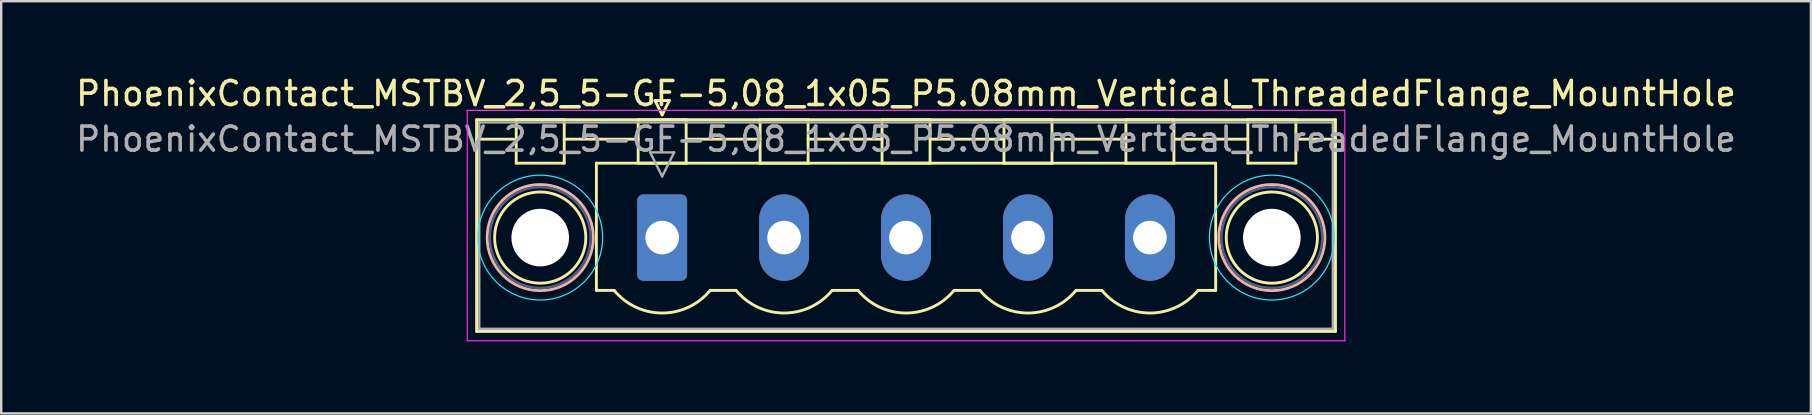
<source format=kicad_pcb>
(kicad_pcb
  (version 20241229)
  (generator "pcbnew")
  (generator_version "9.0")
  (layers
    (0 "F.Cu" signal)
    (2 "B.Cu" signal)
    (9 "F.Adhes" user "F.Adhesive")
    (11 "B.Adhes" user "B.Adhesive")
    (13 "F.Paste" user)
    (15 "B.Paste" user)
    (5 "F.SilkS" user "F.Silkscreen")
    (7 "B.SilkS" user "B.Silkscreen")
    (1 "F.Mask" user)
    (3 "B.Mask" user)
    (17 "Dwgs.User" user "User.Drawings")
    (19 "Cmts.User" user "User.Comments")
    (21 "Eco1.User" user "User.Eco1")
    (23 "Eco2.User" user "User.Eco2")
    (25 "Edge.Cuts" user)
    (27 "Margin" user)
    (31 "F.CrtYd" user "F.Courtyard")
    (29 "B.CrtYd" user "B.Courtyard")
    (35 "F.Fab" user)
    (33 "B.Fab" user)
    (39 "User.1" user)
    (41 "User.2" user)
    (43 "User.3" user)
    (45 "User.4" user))
  (footprint "PhoenixContact_MSTBV_2,5_5-GF-5,08_1x05_P5.08mm_Vertical_ThreadedFlange_MountHole"
    (layer "F.Cu")
    (at 24.536 6.848)
    (property "Reference" "PhoenixContact_MSTBV_2,5_5-GF-5,08_1x05_P5.08mm_Vertical_ThreadedFlange_MountHole" (at 10.16 -6 0) (layer "F.SilkS") (effects (font (size 1 1) (thickness 0.15))))
    (attr through_hole)
    (fp_line (start -7.73 -4.91) (end -7.73 3.91) (stroke (width 0.12) (type solid)) (layer "F.SilkS"))
    (fp_line (start -7.73 -4.1) (end -6.19 -4.1) (stroke (width 0.12) (type solid)) (layer "F.SilkS"))
    (fp_line (start -7.73 3.91) (end 28.05 3.91) (stroke (width 0.12) (type solid)) (layer "F.SilkS"))
    (fp_line (start -6.08 -4.91) (end -4.08 -4.91) (stroke (width 0.12) (type solid)) (layer "F.SilkS"))
    (fp_line (start -6.08 -3.1) (end -6.08 -4.91) (stroke (width 0.12) (type solid)) (layer "F.SilkS"))
    (fp_line (start -4.08 -4.91) (end -4.08 -3.1) (stroke (width 0.12) (type solid)) (layer "F.SilkS"))
    (fp_line (start -4.08 -4.1) (end -1 -4.1) (stroke (width 0.12) (type solid)) (layer "F.SilkS"))
    (fp_line (start -4.08 -3.1) (end -6.08 -3.1) (stroke (width 0.12) (type solid)) (layer "F.SilkS"))
    (fp_line (start -2.74 -3.1) (end 23.06 -3.1) (stroke (width 0.12) (type solid)) (layer "F.SilkS"))
    (fp_line (start -2.74 2.2) (end -2.74 -3.1) (stroke (width 0.12) (type solid)) (layer "F.SilkS"))
    (fp_line (start -2 2.2) (end -2.74 2.2) (stroke (width 0.12) (type solid)) (layer "F.SilkS"))
    (fp_line (start -1 -4.91) (end 1 -4.91) (stroke (width 0.12) (type solid)) (layer "F.SilkS"))
    (fp_line (start -1 -3.1) (end -1 -4.91) (stroke (width 0.12) (type solid)) (layer "F.SilkS"))
    (fp_line (start -0.3 -5.71) (end 0.3 -5.71) (stroke (width 0.12) (type solid)) (layer "F.SilkS"))
    (fp_line (start 0 -5.11) (end -0.3 -5.71) (stroke (width 0.12) (type solid)) (layer "F.SilkS"))
    (fp_line (start 0.3 -5.71) (end 0 -5.11) (stroke (width 0.12) (type solid)) (layer "F.SilkS"))
    (fp_line (start 1 -4.91) (end 1 -3.1) (stroke (width 0.12) (type solid)) (layer "F.SilkS"))
    (fp_line (start 1 -4.1) (end 4.08 -4.1) (stroke (width 0.12) (type solid)) (layer "F.SilkS"))
    (fp_line (start 1 -3.1) (end -1 -3.1) (stroke (width 0.12) (type solid)) (layer "F.SilkS"))
    (fp_line (start 2 2.2) (end 3.08 2.2) (stroke (width 0.12) (type solid)) (layer "F.SilkS"))
    (fp_line (start 4.08 -4.91) (end 6.08 -4.91) (stroke (width 0.12) (type solid)) (layer "F.SilkS"))
    (fp_line (start 4.08 -3.1) (end 4.08 -4.91) (stroke (width 0.12) (type solid)) (layer "F.SilkS"))
    (fp_line (start 6.08 -4.91) (end 6.08 -3.1) (stroke (width 0.12) (type solid)) (layer "F.SilkS"))
    (fp_line (start 6.08 -4.1) (end 9.16 -4.1) (stroke (width 0.12) (type solid)) (layer "F.SilkS"))
    (fp_line (start 6.08 -3.1) (end 4.08 -3.1) (stroke (width 0.12) (type solid)) (layer "F.SilkS"))
    (fp_line (start 7.08 2.2) (end 8.16 2.2) (stroke (width 0.12) (type solid)) (layer "F.SilkS"))
    (fp_line (start 9.16 -4.91) (end 11.16 -4.91) (stroke (width 0.12) (type solid)) (layer "F.SilkS"))
    (fp_line (start 9.16 -3.1) (end 9.16 -4.91) (stroke (width 0.12) (type solid)) (layer "F.SilkS"))
    (fp_line (start 11.16 -4.91) (end 11.16 -3.1) (stroke (width 0.12) (type solid)) (layer "F.SilkS"))
    (fp_line (start 11.16 -4.1) (end 14.24 -4.1) (stroke (width 0.12) (type solid)) (layer "F.SilkS"))
    (fp_line (start 11.16 -3.1) (end 9.16 -3.1) (stroke (width 0.12) (type solid)) (layer "F.SilkS"))
    (fp_line (start 12.16 2.2) (end 13.24 2.2) (stroke (width 0.12) (type solid)) (layer "F.SilkS"))
    (fp_line (start 14.24 -4.91) (end 16.24 -4.91) (stroke (width 0.12) (type solid)) (layer "F.SilkS"))
    (fp_line (start 14.24 -3.1) (end 14.24 -4.91) (stroke (width 0.12) (type solid)) (layer "F.SilkS"))
    (fp_line (start 16.24 -4.91) (end 16.24 -3.1) (stroke (width 0.12) (type solid)) (layer "F.SilkS"))
    (fp_line (start 16.24 -4.1) (end 19.32 -4.1) (stroke (width 0.12) (type solid)) (layer "F.SilkS"))
    (fp_line (start 16.24 -3.1) (end 14.24 -3.1) (stroke (width 0.12) (type solid)) (layer "F.SilkS"))
    (fp_line (start 17.24 2.2) (end 18.32 2.2) (stroke (width 0.12) (type solid)) (layer "F.SilkS"))
    (fp_line (start 19.32 -4.91) (end 21.32 -4.91) (stroke (width 0.12) (type solid)) (layer "F.SilkS"))
    (fp_line (start 19.32 -3.1) (end 19.32 -4.91) (stroke (width 0.12) (type solid)) (layer "F.SilkS"))
    (fp_line (start 21.32 -4.91) (end 21.32 -3.1) (stroke (width 0.12) (type solid)) (layer "F.SilkS"))
    (fp_line (start 21.32 -4.1) (end 24.4 -4.1) (stroke (width 0.12) (type solid)) (layer "F.SilkS"))
    (fp_line (start 21.32 -3.1) (end 19.32 -3.1) (stroke (width 0.12) (type solid)) (layer "F.SilkS"))
    (fp_line (start 23.06 -3.1) (end 23.06 2.2) (stroke (width 0.12) (type solid)) (layer "F.SilkS"))
    (fp_line (start 23.06 2.2) (end 22.32 2.2) (stroke (width 0.12) (type solid)) (layer "F.SilkS"))
    (fp_line (start 24.4 -4.91) (end 26.4 -4.91) (stroke (width 0.12) (type solid)) (layer "F.SilkS"))
    (fp_line (start 24.4 -3.1) (end 24.4 -4.91) (stroke (width 0.12) (type solid)) (layer "F.SilkS"))
    (fp_line (start 26.4 -4.91) (end 26.4 -3.1) (stroke (width 0.12) (type solid)) (layer "F.SilkS"))
    (fp_line (start 26.4 -3.1) (end 24.4 -3.1) (stroke (width 0.12) (type solid)) (layer "F.SilkS"))
    (fp_line (start 28.05 -4.91) (end -7.73 -4.91) (stroke (width 0.12) (type solid)) (layer "F.SilkS"))
    (fp_line (start 28.05 -4.1) (end 26.51 -4.1) (stroke (width 0.12) (type solid)) (layer "F.SilkS"))
    (fp_line (start 28.05 3.91) (end 28.05 -4.91) (stroke (width 0.12) (type solid)) (layer "F.SilkS"))
    (fp_arc (start 1.986842 2.215821) (mid -0.010289 3.142758) (end -2 2.2) (stroke (width 0.12) (type solid)) (layer "F.SilkS"))
    (fp_arc (start 7.066842 2.215821) (mid 5.069711 3.142758) (end 3.08 2.2) (stroke (width 0.12) (type solid)) (layer "F.SilkS"))
    (fp_arc (start 12.146842 2.215821) (mid 10.149711 3.142758) (end 8.16 2.2) (stroke (width 0.12) (type solid)) (layer "F.SilkS"))
    (fp_arc (start 17.226842 2.215821) (mid 15.229711 3.142758) (end 13.24 2.2) (stroke (width 0.12) (type solid)) (layer "F.SilkS"))
    (fp_arc (start 22.306842 2.215821) (mid 20.309711 3.142758) (end 18.32 2.2) (stroke (width 0.12) (type solid)) (layer "F.SilkS"))
    (fp_circle (center -5.08 0) (end -3.18 0) (stroke (width 0.12) (type solid)) (fill no) (layer "F.SilkS"))
    (fp_circle (center 25.4 0) (end 27.3 0) (stroke (width 0.12) (type solid)) (fill no) (layer "F.SilkS"))
    (fp_circle (center -5.08 0) (end -2.87 0) (stroke (width 0.12) (type solid)) (fill no) (layer "B.SilkS"))
    (fp_circle (center 25.4 0) (end 27.61 0) (stroke (width 0.12) (type solid)) (fill no) (layer "B.SilkS"))
    (fp_circle (center -5.08 0) (end -2.48 0) (stroke (width 0.05) (type solid)) (fill no) (layer "B.CrtYd"))
    (fp_circle (center 25.4 0) (end 28 0) (stroke (width 0.05) (type solid)) (fill no) (layer "B.CrtYd"))
    (fp_line (start -8.12 -5.3) (end -8.12 4.3) (stroke (width 0.05) (type solid)) (layer "F.CrtYd"))
    (fp_line (start -8.12 4.3) (end 28.44 4.3) (stroke (width 0.05) (type solid)) (layer "F.CrtYd"))
    (fp_line (start 28.44 -5.3) (end -8.12 -5.3) (stroke (width 0.05) (type solid)) (layer "F.CrtYd"))
    (fp_line (start 28.44 4.3) (end 28.44 -5.3) (stroke (width 0.05) (type solid)) (layer "F.CrtYd"))
    (fp_circle (center -5.08 0) (end -2.98 0) (stroke (width 0.1) (type solid)) (fill no) (layer "B.Fab"))
    (fp_circle (center 25.4 0) (end 27.5 0) (stroke (width 0.1) (type solid)) (fill no) (layer "B.Fab"))
    (fp_line (start -7.62 -4.8) (end -7.62 3.8) (stroke (width 0.1) (type solid)) (layer "F.Fab"))
    (fp_line (start -7.62 3.8) (end 27.94 3.8) (stroke (width 0.1) (type solid)) (layer "F.Fab"))
    (fp_line (start -0.5 -3.55) (end 0.5 -3.55) (stroke (width 0.1) (type solid)) (layer "F.Fab"))
    (fp_line (start 0 -2.55) (end -0.5 -3.55) (stroke (width 0.1) (type solid)) (layer "F.Fab"))
    (fp_line (start 0.5 -3.55) (end 0 -2.55) (stroke (width 0.1) (type solid)) (layer "F.Fab"))
    (fp_line (start 27.94 -4.8) (end -7.62 -4.8) (stroke (width 0.1) (type solid)) (layer "F.Fab"))
    (fp_line (start 27.94 3.8) (end 27.94 -4.8) (stroke (width 0.1) (type solid)) (layer "F.Fab"))
    (fp_text user "${REFERENCE}" (at 10.16 -4.1 0) (layer "F.Fab") (effects (font (size 1 1) (thickness 0.15))))
    (pad "" np_thru_hole circle (at -5.08 0) (size 2.4 2.4) (drill 2.4) (layers "*.Cu" "*.Mask"))
    (pad "" np_thru_hole circle (at 25.4 0) (size 2.4 2.4) (drill 2.4) (layers "*.Cu" "*.Mask"))
    (pad "1" thru_hole roundrect (at 0 0) (size 2.08 3.6) (drill 1.4) (layers "*.Cu" "*.Mask") (roundrect_rratio 0.12))
    (pad "2" thru_hole oval (at 5.08 0) (size 2.08 3.6) (drill 1.4) (layers "*.Cu" "*.Mask"))
    (pad "3" thru_hole oval (at 10.16 0) (size 2.08 3.6) (drill 1.4) (layers "*.Cu" "*.Mask"))
    (pad "4" thru_hole oval (at 15.24 0) (size 2.08 3.6) (drill 1.4) (layers "*.Cu" "*.Mask"))
    (pad "5" thru_hole oval (at 20.32 0) (size 2.08 3.6) (drill 1.4) (layers "*.Cu" "*.Mask")))
  (gr_rect
    (start -3 -3)
    (end 72.393 14.173)
    (stroke (width 0.1) (type default))
    (fill no)
    (layer "Edge.Cuts")))
</source>
